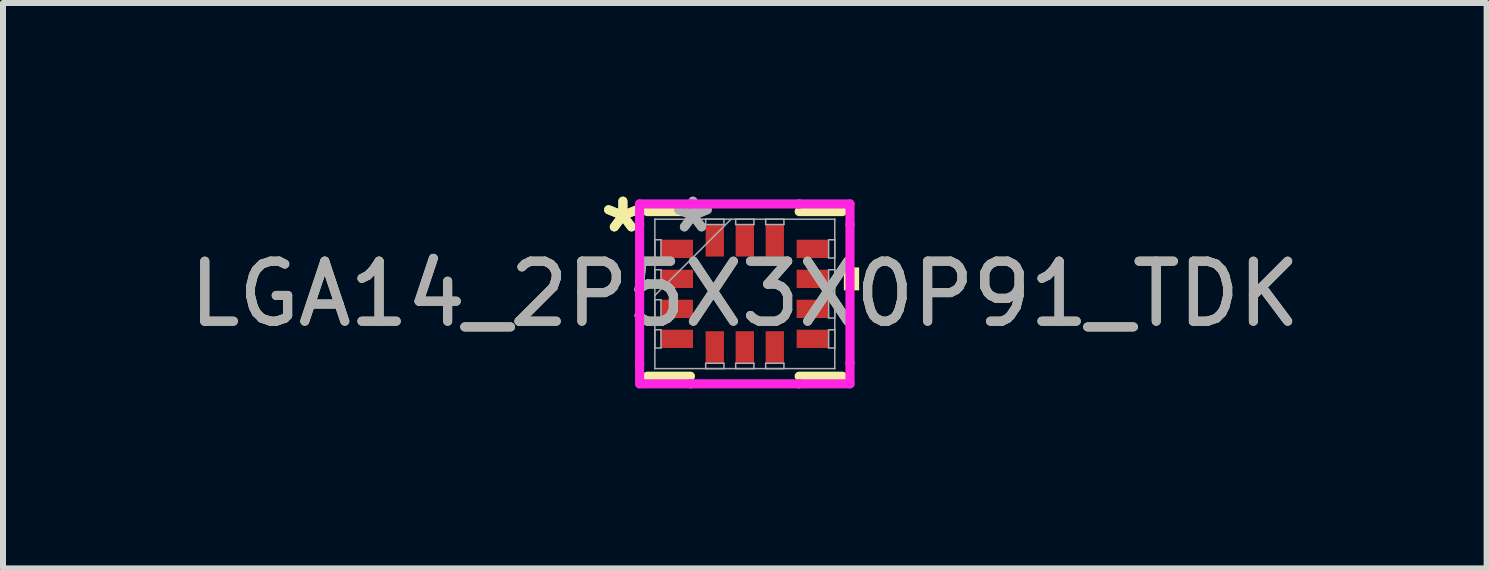
<source format=kicad_pcb>
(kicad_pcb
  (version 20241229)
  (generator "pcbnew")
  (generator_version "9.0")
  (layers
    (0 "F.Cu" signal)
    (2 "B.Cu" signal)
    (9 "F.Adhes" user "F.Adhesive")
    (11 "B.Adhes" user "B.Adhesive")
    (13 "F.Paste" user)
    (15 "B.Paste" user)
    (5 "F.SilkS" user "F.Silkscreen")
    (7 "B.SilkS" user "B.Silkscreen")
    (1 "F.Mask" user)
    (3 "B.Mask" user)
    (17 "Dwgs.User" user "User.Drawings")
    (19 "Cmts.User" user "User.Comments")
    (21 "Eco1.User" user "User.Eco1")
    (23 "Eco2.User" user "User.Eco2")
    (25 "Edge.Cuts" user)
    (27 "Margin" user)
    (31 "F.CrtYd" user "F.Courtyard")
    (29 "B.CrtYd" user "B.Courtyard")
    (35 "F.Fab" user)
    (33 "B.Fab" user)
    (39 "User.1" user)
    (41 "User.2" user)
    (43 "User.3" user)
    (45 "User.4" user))
  (footprint "LGA14_2P5X3X0P91_TDK"
    (layer "F.Cu")
    (at 9.363 1.848)
    (property "Reference" "LGA14_2P5X3X0P91_TDK" (at 0 0 0) (unlocked yes) (layer "F.SilkS") (effects (font (size 1 1) (thickness 0.15))))
    (attr smd)
    (fp_line (start -1.626 1.372) (end -0.906 1.372) (stroke (width 0.152) (type solid)) (layer "F.SilkS"))
    (fp_line (start -0.906 -1.372) (end -1.626 -1.372) (stroke (width 0.152) (type solid)) (layer "F.SilkS"))
    (fp_line (start 0.906 1.372) (end 1.626 1.372) (stroke (width 0.152) (type solid)) (layer "F.SilkS"))
    (fp_line (start 1.626 -1.372) (end 0.906 -1.372) (stroke (width 0.152) (type solid)) (layer "F.SilkS"))
    (fp_poly (pts (xy 1.905 -0.441) (xy 1.905 -0.059) (xy 1.651 -0.059) (xy 1.651 -0.441)) (stroke (width 0) (type solid)) (fill yes) (layer "F.SilkS"))
    (fp_line (start -1.753 -1.499) (end -0.906 -1.499) (stroke (width 0.152) (type solid)) (layer "F.CrtYd"))
    (fp_line (start -1.753 -1.156) (end -1.753 -1.499) (stroke (width 0.152) (type solid)) (layer "F.CrtYd"))
    (fp_line (start -1.753 -1.156) (end -1.753 -1.156) (stroke (width 0.152) (type solid)) (layer "F.CrtYd"))
    (fp_line (start -1.753 1.156) (end -1.753 -1.156) (stroke (width 0.152) (type solid)) (layer "F.CrtYd"))
    (fp_line (start -1.753 1.156) (end -1.753 1.156) (stroke (width 0.152) (type solid)) (layer "F.CrtYd"))
    (fp_line (start -1.753 1.499) (end -1.753 1.156) (stroke (width 0.152) (type solid)) (layer "F.CrtYd"))
    (fp_line (start -0.906 -1.499) (end -0.906 -1.499) (stroke (width 0.152) (type solid)) (layer "F.CrtYd"))
    (fp_line (start -0.906 -1.499) (end 0.906 -1.499) (stroke (width 0.152) (type solid)) (layer "F.CrtYd"))
    (fp_line (start -0.906 1.499) (end -1.753 1.499) (stroke (width 0.152) (type solid)) (layer "F.CrtYd"))
    (fp_line (start -0.906 1.499) (end -0.906 1.499) (stroke (width 0.152) (type solid)) (layer "F.CrtYd"))
    (fp_line (start 0.906 -1.499) (end 0.906 -1.499) (stroke (width 0.152) (type solid)) (layer "F.CrtYd"))
    (fp_line (start 0.906 -1.499) (end 1.753 -1.499) (stroke (width 0.152) (type solid)) (layer "F.CrtYd"))
    (fp_line (start 0.906 1.499) (end -0.906 1.499) (stroke (width 0.152) (type solid)) (layer "F.CrtYd"))
    (fp_line (start 0.906 1.499) (end 0.906 1.499) (stroke (width 0.152) (type solid)) (layer "F.CrtYd"))
    (fp_line (start 1.753 -1.499) (end 1.753 -1.156) (stroke (width 0.152) (type solid)) (layer "F.CrtYd"))
    (fp_line (start 1.753 -1.156) (end 1.753 -1.156) (stroke (width 0.152) (type solid)) (layer "F.CrtYd"))
    (fp_line (start 1.753 -1.156) (end 1.753 1.156) (stroke (width 0.152) (type solid)) (layer "F.CrtYd"))
    (fp_line (start 1.753 1.156) (end 1.753 1.156) (stroke (width 0.152) (type solid)) (layer "F.CrtYd"))
    (fp_line (start 1.753 1.156) (end 1.753 1.499) (stroke (width 0.152) (type solid)) (layer "F.CrtYd"))
    (fp_line (start 1.753 1.499) (end 0.906 1.499) (stroke (width 0.152) (type solid)) (layer "F.CrtYd"))
    (fp_line (start -1.499 -1.245) (end -1.499 -1.245) (stroke (width 0.025) (type solid)) (layer "F.Fab"))
    (fp_line (start -1.499 -1.245) (end -1.499 1.245) (stroke (width 0.025) (type solid)) (layer "F.Fab"))
    (fp_line (start -1.499 -0.902) (end -1.397 -0.902) (stroke (width 0.025) (type solid)) (layer "F.Fab"))
    (fp_line (start -1.499 -0.598) (end -1.499 -0.902) (stroke (width 0.025) (type solid)) (layer "F.Fab"))
    (fp_line (start -1.499 -0.402) (end -1.397 -0.402) (stroke (width 0.025) (type solid)) (layer "F.Fab"))
    (fp_line (start -1.499 -0.098) (end -1.499 -0.402) (stroke (width 0.025) (type solid)) (layer "F.Fab"))
    (fp_line (start -1.499 0.025) (end -0.229 -1.245) (stroke (width 0.025) (type solid)) (layer "F.Fab"))
    (fp_line (start -1.499 0.098) (end -1.397 0.098) (stroke (width 0.025) (type solid)) (layer "F.Fab"))
    (fp_line (start -1.499 0.402) (end -1.499 0.098) (stroke (width 0.025) (type solid)) (layer "F.Fab"))
    (fp_line (start -1.499 0.598) (end -1.397 0.598) (stroke (width 0.025) (type solid)) (layer "F.Fab"))
    (fp_line (start -1.499 0.902) (end -1.499 0.598) (stroke (width 0.025) (type solid)) (layer "F.Fab"))
    (fp_line (start -1.499 1.245) (end -1.499 1.245) (stroke (width 0.025) (type solid)) (layer "F.Fab"))
    (fp_line (start -1.499 1.245) (end 1.499 1.245) (stroke (width 0.025) (type solid)) (layer "F.Fab"))
    (fp_line (start -1.397 -0.902) (end -1.397 -0.598) (stroke (width 0.025) (type solid)) (layer "F.Fab"))
    (fp_line (start -1.397 -0.598) (end -1.499 -0.598) (stroke (width 0.025) (type solid)) (layer "F.Fab"))
    (fp_line (start -1.397 -0.402) (end -1.397 -0.098) (stroke (width 0.025) (type solid)) (layer "F.Fab"))
    (fp_line (start -1.397 -0.098) (end -1.499 -0.098) (stroke (width 0.025) (type solid)) (layer "F.Fab"))
    (fp_line (start -1.397 0.098) (end -1.397 0.402) (stroke (width 0.025) (type solid)) (layer "F.Fab"))
    (fp_line (start -1.397 0.402) (end -1.499 0.402) (stroke (width 0.025) (type solid)) (layer "F.Fab"))
    (fp_line (start -1.397 0.598) (end -1.397 0.902) (stroke (width 0.025) (type solid)) (layer "F.Fab"))
    (fp_line (start -1.397 0.902) (end -1.499 0.902) (stroke (width 0.025) (type solid)) (layer "F.Fab"))
    (fp_line (start -0.652 -1.245) (end -0.348 -1.245) (stroke (width 0.025) (type solid)) (layer "F.Fab"))
    (fp_line (start -0.652 -1.156) (end -0.652 -1.245) (stroke (width 0.025) (type solid)) (layer "F.Fab"))
    (fp_line (start -0.652 1.156) (end -0.348 1.156) (stroke (width 0.025) (type solid)) (layer "F.Fab"))
    (fp_line (start -0.652 1.245) (end -0.652 1.156) (stroke (width 0.025) (type solid)) (layer "F.Fab"))
    (fp_line (start -0.348 -1.245) (end -0.348 -1.156) (stroke (width 0.025) (type solid)) (layer "F.Fab"))
    (fp_line (start -0.348 -1.156) (end -0.652 -1.156) (stroke (width 0.025) (type solid)) (layer "F.Fab"))
    (fp_line (start -0.348 1.156) (end -0.348 1.245) (stroke (width 0.025) (type solid)) (layer "F.Fab"))
    (fp_line (start -0.348 1.245) (end -0.652 1.245) (stroke (width 0.025) (type solid)) (layer "F.Fab"))
    (fp_line (start -0.152 -1.245) (end 0.152 -1.245) (stroke (width 0.025) (type solid)) (layer "F.Fab"))
    (fp_line (start -0.152 -1.156) (end -0.152 -1.245) (stroke (width 0.025) (type solid)) (layer "F.Fab"))
    (fp_line (start -0.152 1.156) (end 0.152 1.156) (stroke (width 0.025) (type solid)) (layer "F.Fab"))
    (fp_line (start -0.152 1.245) (end -0.152 1.156) (stroke (width 0.025) (type solid)) (layer "F.Fab"))
    (fp_line (start 0.152 -1.245) (end 0.152 -1.156) (stroke (width 0.025) (type solid)) (layer "F.Fab"))
    (fp_line (start 0.152 -1.156) (end -0.152 -1.156) (stroke (width 0.025) (type solid)) (layer "F.Fab"))
    (fp_line (start 0.152 1.156) (end 0.152 1.245) (stroke (width 0.025) (type solid)) (layer "F.Fab"))
    (fp_line (start 0.152 1.245) (end -0.152 1.245) (stroke (width 0.025) (type solid)) (layer "F.Fab"))
    (fp_line (start 0.348 -1.245) (end 0.652 -1.245) (stroke (width 0.025) (type solid)) (layer "F.Fab"))
    (fp_line (start 0.348 -1.156) (end 0.348 -1.245) (stroke (width 0.025) (type solid)) (layer "F.Fab"))
    (fp_line (start 0.348 1.156) (end 0.652 1.156) (stroke (width 0.025) (type solid)) (layer "F.Fab"))
    (fp_line (start 0.348 1.245) (end 0.348 1.156) (stroke (width 0.025) (type solid)) (layer "F.Fab"))
    (fp_line (start 0.652 -1.245) (end 0.652 -1.156) (stroke (width 0.025) (type solid)) (layer "F.Fab"))
    (fp_line (start 0.652 -1.156) (end 0.348 -1.156) (stroke (width 0.025) (type solid)) (layer "F.Fab"))
    (fp_line (start 0.652 1.156) (end 0.652 1.245) (stroke (width 0.025) (type solid)) (layer "F.Fab"))
    (fp_line (start 0.652 1.245) (end 0.348 1.245) (stroke (width 0.025) (type solid)) (layer "F.Fab"))
    (fp_line (start 1.397 -0.902) (end 1.499 -0.902) (stroke (width 0.025) (type solid)) (layer "F.Fab"))
    (fp_line (start 1.397 -0.598) (end 1.397 -0.902) (stroke (width 0.025) (type solid)) (layer "F.Fab"))
    (fp_line (start 1.397 -0.402) (end 1.499 -0.402) (stroke (width 0.025) (type solid)) (layer "F.Fab"))
    (fp_line (start 1.397 -0.098) (end 1.397 -0.402) (stroke (width 0.025) (type solid)) (layer "F.Fab"))
    (fp_line (start 1.397 0.098) (end 1.499 0.098) (stroke (width 0.025) (type solid)) (layer "F.Fab"))
    (fp_line (start 1.397 0.402) (end 1.397 0.098) (stroke (width 0.025) (type solid)) (layer "F.Fab"))
    (fp_line (start 1.397 0.598) (end 1.499 0.598) (stroke (width 0.025) (type solid)) (layer "F.Fab"))
    (fp_line (start 1.397 0.902) (end 1.397 0.598) (stroke (width 0.025) (type solid)) (layer "F.Fab"))
    (fp_line (start 1.499 -1.245) (end -1.499 -1.245) (stroke (width 0.025) (type solid)) (layer "F.Fab"))
    (fp_line (start 1.499 -1.245) (end 1.499 -1.245) (stroke (width 0.025) (type solid)) (layer "F.Fab"))
    (fp_line (start 1.499 -0.902) (end 1.499 -0.598) (stroke (width 0.025) (type solid)) (layer "F.Fab"))
    (fp_line (start 1.499 -0.598) (end 1.397 -0.598) (stroke (width 0.025) (type solid)) (layer "F.Fab"))
    (fp_line (start 1.499 -0.402) (end 1.499 -0.098) (stroke (width 0.025) (type solid)) (layer "F.Fab"))
    (fp_line (start 1.499 -0.098) (end 1.397 -0.098) (stroke (width 0.025) (type solid)) (layer "F.Fab"))
    (fp_line (start 1.499 0.098) (end 1.499 0.402) (stroke (width 0.025) (type solid)) (layer "F.Fab"))
    (fp_line (start 1.499 0.402) (end 1.397 0.402) (stroke (width 0.025) (type solid)) (layer "F.Fab"))
    (fp_line (start 1.499 0.598) (end 1.499 0.902) (stroke (width 0.025) (type solid)) (layer "F.Fab"))
    (fp_line (start 1.499 0.902) (end 1.397 0.902) (stroke (width 0.025) (type solid)) (layer "F.Fab"))
    (fp_line (start 1.499 1.245) (end 1.499 -1.245) (stroke (width 0.025) (type solid)) (layer "F.Fab"))
    (fp_line (start 1.499 1.245) (end 1.499 1.245) (stroke (width 0.025) (type solid)) (layer "F.Fab"))
    (fp_text user "*" (at -2.032 -1 0) (unlocked yes) (layer "F.SilkS") (effects (font (size 1 1) (thickness 0.15))))
    (fp_text user "*" (at -2.032 -1 0) (layer "F.SilkS") (effects (font (size 1 1) (thickness 0.15))))
    (fp_text user "*" (at -0.864 -1 0) (unlocked yes) (layer "F.Fab") (effects (font (size 1 1) (thickness 0.15))))
    (fp_text user "${REFERENCE}" (at 0 0 0) (unlocked yes) (layer "F.Fab") (effects (font (size 1 1) (thickness 0.15))))
    (fp_text user "*" (at -0.864 -1 0) (layer "F.Fab") (effects (font (size 1 1) (thickness 0.15))))
    (pad "1" smd rect (at -1.13 -0.75 90) (size 0.305 0.533) (layers "F.Cu" "F.Mask" "F.Paste"))
    (pad "2" smd rect (at -1.13 -0.25 90) (size 0.305 0.533) (layers "F.Cu" "F.Mask" "F.Paste"))
    (pad "3" smd rect (at -1.13 0.25 90) (size 0.305 0.533) (layers "F.Cu" "F.Mask" "F.Paste"))
    (pad "4" smd rect (at -1.13 0.75 90) (size 0.305 0.533) (layers "F.Cu" "F.Mask" "F.Paste"))
    (pad "5" smd rect (at -0.5 0.889) (size 0.305 0.533) (layers "F.Cu" "F.Mask" "F.Paste"))
    (pad "6" smd rect (at 0 0.889) (size 0.305 0.533) (layers "F.Cu" "F.Mask" "F.Paste"))
    (pad "7" smd rect (at 0.5 0.889) (size 0.305 0.533) (layers "F.Cu" "F.Mask" "F.Paste"))
    (pad "8" smd rect (at 1.13 0.75 90) (size 0.305 0.533) (layers "F.Cu" "F.Mask" "F.Paste"))
    (pad "9" smd rect (at 1.13 0.25 90) (size 0.305 0.533) (layers "F.Cu" "F.Mask" "F.Paste"))
    (pad "10" smd rect (at 1.13 -0.25 90) (size 0.305 0.533) (layers "F.Cu" "F.Mask" "F.Paste"))
    (pad "11" smd rect (at 1.13 -0.75 90) (size 0.305 0.533) (layers "F.Cu" "F.Mask" "F.Paste"))
    (pad "12" smd rect (at 0.5 -0.889) (size 0.305 0.533) (layers "F.Cu" "F.Mask" "F.Paste"))
    (pad "13" smd rect (at 0 -0.889) (size 0.305 0.533) (layers "F.Cu" "F.Mask" "F.Paste"))
    (pad "14" smd rect (at -0.5 -0.889) (size 0.305 0.533) (layers "F.Cu" "F.Mask" "F.Paste")))
  (gr_rect
    (start -3 -3)
    (end 21.726 6.423)
    (stroke (width 0.1) (type default))
    (fill no)
    (layer "Edge.Cuts")))
</source>
